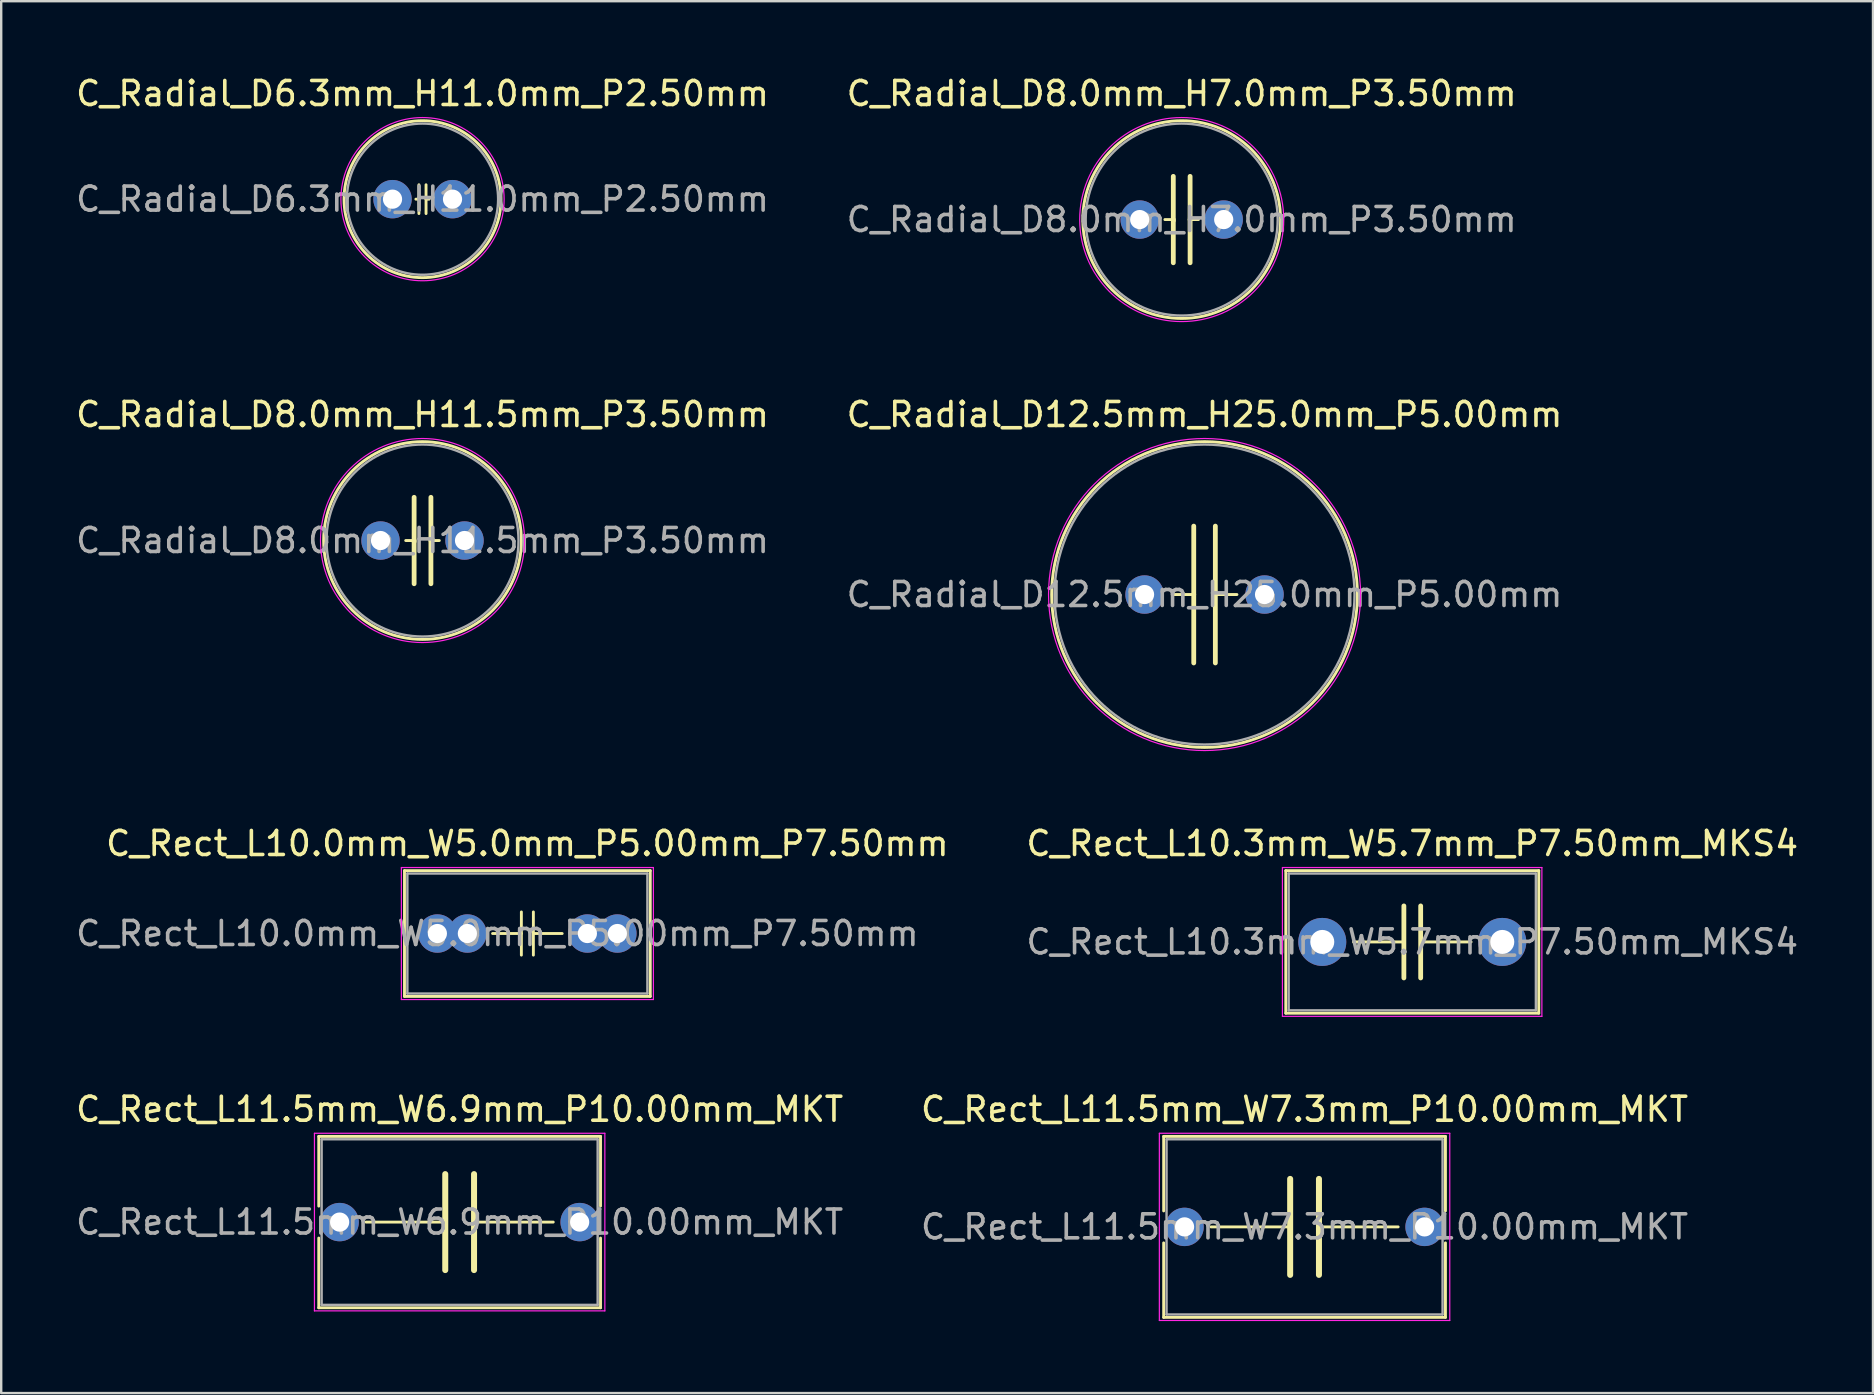
<source format=kicad_pcb>
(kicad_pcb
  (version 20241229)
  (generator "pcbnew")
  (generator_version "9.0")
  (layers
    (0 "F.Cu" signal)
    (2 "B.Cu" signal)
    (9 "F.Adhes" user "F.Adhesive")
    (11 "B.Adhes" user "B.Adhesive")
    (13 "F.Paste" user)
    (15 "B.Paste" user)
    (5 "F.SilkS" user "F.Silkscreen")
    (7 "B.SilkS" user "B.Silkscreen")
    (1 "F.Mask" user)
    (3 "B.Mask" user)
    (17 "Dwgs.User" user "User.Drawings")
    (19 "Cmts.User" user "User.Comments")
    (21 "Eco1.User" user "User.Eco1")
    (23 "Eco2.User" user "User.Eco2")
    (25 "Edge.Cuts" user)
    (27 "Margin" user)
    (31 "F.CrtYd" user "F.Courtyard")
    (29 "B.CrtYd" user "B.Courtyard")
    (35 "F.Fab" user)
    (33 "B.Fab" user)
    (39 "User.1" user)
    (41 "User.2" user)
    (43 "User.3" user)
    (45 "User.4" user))
  (footprint "C_Rect_L11.5mm_W7.3mm_P10.00mm_MKT"
    (layer "F.Cu")
    (at 46.304 48.068)
    (property "Reference" "C_Rect_L11.5mm_W7.3mm_P10.00mm_MKT" (at 5 -4.9 0) (layer "F.SilkS") (effects (font (size 1 1) (thickness 0.15))))
    (attr through_hole)
    (fp_line (start -0.87 -3.77) (end -0.87 -0.665) (stroke (width 0.12) (type solid)) (layer "F.SilkS"))
    (fp_line (start -0.87 -3.77) (end 10.87 -3.77) (stroke (width 0.12) (type solid)) (layer "F.SilkS"))
    (fp_line (start -0.87 0.665) (end -0.87 3.77) (stroke (width 0.12) (type solid)) (layer "F.SilkS"))
    (fp_line (start -0.87 3.77) (end 10.87 3.77) (stroke (width 0.12) (type solid)) (layer "F.SilkS"))
    (fp_line (start 1.1 0) (end 4.4 0) (stroke (width 0.12) (type solid)) (layer "F.SilkS"))
    (fp_line (start 4.4 2) (end 4.4 -2) (stroke (width 0.25) (type solid)) (layer "F.SilkS"))
    (fp_line (start 5.6 2) (end 5.6 -2) (stroke (width 0.25) (type solid)) (layer "F.SilkS"))
    (fp_line (start 8.9 0) (end 5.6 0) (stroke (width 0.12) (type solid)) (layer "F.SilkS"))
    (fp_line (start 10.87 -3.77) (end 10.87 -0.665) (stroke (width 0.12) (type solid)) (layer "F.SilkS"))
    (fp_line (start 10.87 0.665) (end 10.87 3.77) (stroke (width 0.12) (type solid)) (layer "F.SilkS"))
    (fp_line (start -1.05 -3.9) (end -1.05 3.9) (stroke (width 0.05) (type solid)) (layer "F.CrtYd"))
    (fp_line (start -1.05 3.9) (end 11.05 3.9) (stroke (width 0.05) (type solid)) (layer "F.CrtYd"))
    (fp_line (start 11.05 -3.9) (end -1.05 -3.9) (stroke (width 0.05) (type solid)) (layer "F.CrtYd"))
    (fp_line (start 11.05 3.9) (end 11.05 -3.9) (stroke (width 0.05) (type solid)) (layer "F.CrtYd"))
    (fp_line (start -0.75 -3.65) (end -0.75 3.65) (stroke (width 0.1) (type solid)) (layer "F.Fab"))
    (fp_line (start -0.75 3.65) (end 10.75 3.65) (stroke (width 0.1) (type solid)) (layer "F.Fab"))
    (fp_line (start 10.75 -3.65) (end -0.75 -3.65) (stroke (width 0.1) (type solid)) (layer "F.Fab"))
    (fp_line (start 10.75 3.65) (end 10.75 -3.65) (stroke (width 0.1) (type solid)) (layer "F.Fab"))
    (fp_text user "${REFERENCE}" (at 5 0 0) (layer "F.Fab") (effects (font (size 1 1) (thickness 0.15))))
    (pad "1" thru_hole circle (at 0 0) (size 1.6 1.6) (drill 0.8) (layers "*.Cu" "*.Mask"))
    (pad "2" thru_hole circle (at 10 0) (size 1.6 1.6) (drill 0.8) (layers "*.Cu" "*.Mask")))
  (footprint "C_Radial_D8.0mm_H7.0mm_P3.50mm"
    (layer "F.Cu")
    (at 44.435 6.098)
    (property "Reference" "C_Radial_D8.0mm_H7.0mm_P3.50mm" (at 1.75 -5.25 0) (layer "F.SilkS") (effects (font (size 1 1) (thickness 0.15))))
    (fp_line (start 1.05 0) (end 1.4 0) (stroke (width 0.12) (type solid)) (layer "F.SilkS"))
    (fp_line (start 1.4 0) (end 1.4 1.8) (stroke (width 0.2) (type solid)) (layer "F.SilkS"))
    (fp_line (start 1.4 0.042) (end 1.4 -1.8) (stroke (width 0.2) (type solid)) (layer "F.SilkS"))
    (fp_line (start 2.1 0) (end 2.1 -1.8) (stroke (width 0.2) (type solid)) (layer "F.SilkS"))
    (fp_line (start 2.1 0) (end 2.1 1.8) (stroke (width 0.2) (type solid)) (layer "F.SilkS"))
    (fp_line (start 2.45 0) (end 2.1 0) (stroke (width 0.12) (type solid)) (layer "F.SilkS"))
    (fp_circle (center 1.75 0) (end 5.87 0) (stroke (width 0.12) (type solid)) (fill no) (layer "F.SilkS"))
    (fp_circle (center 1.75 0) (end 6 0) (stroke (width 0.05) (type solid)) (fill no) (layer "F.CrtYd"))
    (fp_circle (center 1.75 0) (end 5.75 0) (stroke (width 0.1) (type solid)) (fill no) (layer "F.Fab"))
    (fp_text user "${REFERENCE}" (at 1.75 0 0) (layer "F.Fab") (effects (font (size 1 1) (thickness 0.15))))
    (pad "1" thru_hole circle (at 0 0) (size 1.6 1.6) (drill 0.8) (layers "*.Cu" "*.Mask"))
    (pad "2" thru_hole circle (at 3.5 0) (size 1.6 1.6) (drill 0.8) (layers "*.Cu" "*.Mask")))
  (footprint "C_Radial_D6.3mm_H11.0mm_P2.50mm"
    (layer "F.Cu")
    (at 13.304 5.248)
    (property "Reference" "C_Radial_D6.3mm_H11.0mm_P2.50mm" (at 1.25 -4.4 0) (layer "F.SilkS") (effects (font (size 1 1) (thickness 0.15))))
    (fp_line (start 0.973 0) (end 1.1 0) (stroke (width 0.12) (type solid)) (layer "F.SilkS"))
    (fp_line (start 1.1 0) (end 1.1 -0.6) (stroke (width 0.12) (type solid)) (layer "F.SilkS"))
    (fp_line (start 1.1 0) (end 1.1 0.6) (stroke (width 0.12) (type solid)) (layer "F.SilkS"))
    (fp_line (start 1.397 0) (end 1.397 -0.6) (stroke (width 0.12) (type solid)) (layer "F.SilkS"))
    (fp_line (start 1.397 0) (end 1.397 0.6) (stroke (width 0.12) (type solid)) (layer "F.SilkS"))
    (fp_line (start 1.524 0) (end 1.397 0) (stroke (width 0.12) (type solid)) (layer "F.SilkS"))
    (fp_circle (center 1.25 0) (end 4.52 0) (stroke (width 0.12) (type solid)) (fill no) (layer "F.SilkS"))
    (fp_circle (center 1.25 0) (end 4.65 0) (stroke (width 0.05) (type solid)) (fill no) (layer "F.CrtYd"))
    (fp_circle (center 1.25 0) (end 4.4 0) (stroke (width 0.1) (type solid)) (fill no) (layer "F.Fab"))
    (fp_text user "${REFERENCE}" (at 1.25 0 0) (layer "F.Fab") (effects (font (size 1 1) (thickness 0.15))))
    (pad "1" thru_hole circle (at 0 0) (size 1.6 1.6) (drill 0.8) (layers "*.Cu" "*.Mask"))
    (pad "2" thru_hole circle (at 2.5 0) (size 1.6 1.6) (drill 0.8) (layers "*.Cu" "*.Mask")))
  (footprint "C_Rect_L10.3mm_W5.7mm_P7.50mm_MKS4"
    (layer "F.Cu")
    (at 52.042 36.195)
    (property "Reference" "C_Rect_L10.3mm_W5.7mm_P7.50mm_MKS4" (at 3.75 -4.1 0) (layer "F.SilkS") (effects (font (size 1 1) (thickness 0.15))))
    (attr through_hole)
    (fp_line (start -1.52 -2.97) (end -1.52 2.97) (stroke (width 0.12) (type solid)) (layer "F.SilkS"))
    (fp_line (start -1.52 -2.97) (end 9.02 -2.97) (stroke (width 0.12) (type solid)) (layer "F.SilkS"))
    (fp_line (start -1.52 2.97) (end 9.02 2.97) (stroke (width 0.12) (type solid)) (layer "F.SilkS"))
    (fp_line (start 1.3 0) (end 3.4 0) (stroke (width 0.12) (type solid)) (layer "F.SilkS"))
    (fp_line (start 3.4 -1.5) (end 3.4 1.5) (stroke (width 0.2) (type solid)) (layer "F.SilkS"))
    (fp_line (start 4.1 -1.5) (end 4.1 1.5) (stroke (width 0.2) (type solid)) (layer "F.SilkS"))
    (fp_line (start 4.1 0) (end 6.2 0) (stroke (width 0.12) (type solid)) (layer "F.SilkS"))
    (fp_line (start 9.02 -2.97) (end 9.02 2.97) (stroke (width 0.12) (type solid)) (layer "F.SilkS"))
    (fp_line (start -1.66 -3.1) (end -1.66 3.1) (stroke (width 0.05) (type solid)) (layer "F.CrtYd"))
    (fp_line (start -1.66 3.1) (end 9.15 3.1) (stroke (width 0.05) (type solid)) (layer "F.CrtYd"))
    (fp_line (start 9.15 -3.1) (end -1.66 -3.1) (stroke (width 0.05) (type solid)) (layer "F.CrtYd"))
    (fp_line (start 9.15 3.1) (end 9.15 -3.1) (stroke (width 0.05) (type solid)) (layer "F.CrtYd"))
    (fp_line (start -1.4 -2.85) (end -1.4 2.85) (stroke (width 0.1) (type solid)) (layer "F.Fab"))
    (fp_line (start -1.4 2.85) (end 8.9 2.85) (stroke (width 0.1) (type solid)) (layer "F.Fab"))
    (fp_line (start 8.9 -2.85) (end -1.4 -2.85) (stroke (width 0.1) (type solid)) (layer "F.Fab"))
    (fp_line (start 8.9 2.85) (end 8.9 -2.85) (stroke (width 0.1) (type solid)) (layer "F.Fab"))
    (fp_text user "${REFERENCE}" (at 3.75 0 0) (layer "F.Fab") (effects (font (size 1 1) (thickness 0.15))))
    (pad "1" thru_hole circle (at 0 0) (size 2 2) (drill 1) (layers "*.Cu" "*.Mask"))
    (pad "2" thru_hole circle (at 7.5 0) (size 2 2) (drill 1) (layers "*.Cu" "*.Mask")))
  (footprint "C_Radial_D8.0mm_H11.5mm_P3.50mm"
    (layer "F.Cu")
    (at 12.804 19.471)
    (property "Reference" "C_Radial_D8.0mm_H11.5mm_P3.50mm" (at 1.75 -5.25 0) (layer "F.SilkS") (effects (font (size 1 1) (thickness 0.15))))
    (fp_line (start 1.05 0) (end 1.4 0) (stroke (width 0.12) (type solid)) (layer "F.SilkS"))
    (fp_line (start 1.4 0) (end 1.4 1.8) (stroke (width 0.2) (type solid)) (layer "F.SilkS"))
    (fp_line (start 1.4 0.042) (end 1.4 -1.8) (stroke (width 0.2) (type solid)) (layer "F.SilkS"))
    (fp_line (start 2.1 0) (end 2.1 -1.8) (stroke (width 0.2) (type solid)) (layer "F.SilkS"))
    (fp_line (start 2.1 0) (end 2.1 1.8) (stroke (width 0.2) (type solid)) (layer "F.SilkS"))
    (fp_line (start 2.45 0) (end 2.1 0) (stroke (width 0.12) (type solid)) (layer "F.SilkS"))
    (fp_circle (center 1.75 0) (end 5.87 0) (stroke (width 0.12) (type solid)) (fill no) (layer "F.SilkS"))
    (fp_circle (center 1.75 0) (end 6 0) (stroke (width 0.05) (type solid)) (fill no) (layer "F.CrtYd"))
    (fp_circle (center 1.75 0) (end 5.75 0) (stroke (width 0.1) (type solid)) (fill no) (layer "F.Fab"))
    (fp_text user "${REFERENCE}" (at 1.75 0 0) (layer "F.Fab") (effects (font (size 1 1) (thickness 0.15))))
    (pad "1" thru_hole circle (at 0 0) (size 1.6 1.6) (drill 0.8) (layers "*.Cu" "*.Mask"))
    (pad "2" thru_hole circle (at 3.5 0) (size 1.6 1.6) (drill 0.8) (layers "*.Cu" "*.Mask")))
  (footprint "C_Rect_L10.0mm_W5.0mm_P5.00mm_P7.50mm"
    (layer "F.Cu")
    (at 15.173 35.845)
    (property "Reference" "C_Rect_L10.0mm_W5.0mm_P5.00mm_P7.50mm" (at 3.75 -3.75 0) (layer "F.SilkS") (effects (font (size 1 1) (thickness 0.15))))
    (attr through_hole)
    (fp_line (start -1.37 -2.62) (end -1.37 2.62) (stroke (width 0.12) (type solid)) (layer "F.SilkS"))
    (fp_line (start -1.37 -2.62) (end 8.87 -2.62) (stroke (width 0.12) (type solid)) (layer "F.SilkS"))
    (fp_line (start -1.37 2.62) (end 8.87 2.62) (stroke (width 0.12) (type solid)) (layer "F.SilkS"))
    (fp_line (start 2.3 0) (end 3.5 0) (stroke (width 0.12) (type solid)) (layer "F.SilkS"))
    (fp_line (start 3.5 -0.9) (end 3.5 0.9) (stroke (width 0.12) (type solid)) (layer "F.SilkS"))
    (fp_line (start 4 -0.9) (end 4 0.9) (stroke (width 0.12) (type solid)) (layer "F.SilkS"))
    (fp_line (start 5.2 0) (end 4 0) (stroke (width 0.12) (type solid)) (layer "F.SilkS"))
    (fp_line (start 8.87 -2.62) (end 8.87 2.62) (stroke (width 0.12) (type solid)) (layer "F.SilkS"))
    (fp_line (start -1.5 -2.75) (end -1.5 2.75) (stroke (width 0.05) (type solid)) (layer "F.CrtYd"))
    (fp_line (start -1.5 2.75) (end 9 2.75) (stroke (width 0.05) (type solid)) (layer "F.CrtYd"))
    (fp_line (start 9 -2.75) (end -1.5 -2.75) (stroke (width 0.05) (type solid)) (layer "F.CrtYd"))
    (fp_line (start 9 2.75) (end 9 -2.75) (stroke (width 0.05) (type solid)) (layer "F.CrtYd"))
    (fp_line (start -1.25 -2.5) (end -1.25 2.5) (stroke (width 0.1) (type solid)) (layer "F.Fab"))
    (fp_line (start -1.25 2.5) (end 8.75 2.5) (stroke (width 0.1) (type solid)) (layer "F.Fab"))
    (fp_line (start 8.75 -2.5) (end -1.25 -2.5) (stroke (width 0.1) (type solid)) (layer "F.Fab"))
    (fp_line (start 8.75 2.5) (end 8.75 -2.5) (stroke (width 0.1) (type solid)) (layer "F.Fab"))
    (fp_text user "${REFERENCE}" (at 2.5 0 0) (layer "F.Fab") (effects (font (size 1 1) (thickness 0.15))))
    (pad "1" thru_hole circle (at 0 0) (size 1.6 1.6) (drill 0.8) (layers "*.Cu" "*.Mask"))
    (pad "1" thru_hole circle (at 1.25 0) (size 1.6 1.6) (drill 0.8) (layers "*.Cu" "*.Mask"))
    (pad "2" thru_hole circle (at 6.25 0) (size 1.6 1.6) (drill 0.8) (layers "*.Cu" "*.Mask"))
    (pad "2" thru_hole circle (at 7.5 0) (size 1.6 1.6) (drill 0.8) (layers "*.Cu" "*.Mask")))
  (footprint "C_Rect_L11.5mm_W6.9mm_P10.00mm_MKT"
    (layer "F.Cu")
    (at 11.101 47.868)
    (property "Reference" "C_Rect_L11.5mm_W6.9mm_P10.00mm_MKT" (at 5 -4.7 0) (layer "F.SilkS") (effects (font (size 1 1) (thickness 0.15))))
    (attr through_hole)
    (fp_line (start -0.87 -3.57) (end -0.87 -0.665) (stroke (width 0.12) (type solid)) (layer "F.SilkS"))
    (fp_line (start -0.87 -3.57) (end 10.87 -3.57) (stroke (width 0.12) (type solid)) (layer "F.SilkS"))
    (fp_line (start -0.87 0.665) (end -0.87 3.57) (stroke (width 0.12) (type solid)) (layer "F.SilkS"))
    (fp_line (start -0.87 3.57) (end 10.87 3.57) (stroke (width 0.12) (type solid)) (layer "F.SilkS"))
    (fp_line (start 1.1 0) (end 4.4 0) (stroke (width 0.12) (type solid)) (layer "F.SilkS"))
    (fp_line (start 4.4 2) (end 4.4 -2) (stroke (width 0.25) (type solid)) (layer "F.SilkS"))
    (fp_line (start 5.6 2) (end 5.6 -2) (stroke (width 0.25) (type solid)) (layer "F.SilkS"))
    (fp_line (start 8.9 0) (end 5.6 0) (stroke (width 0.12) (type solid)) (layer "F.SilkS"))
    (fp_line (start 10.87 -3.57) (end 10.87 -0.665) (stroke (width 0.12) (type solid)) (layer "F.SilkS"))
    (fp_line (start 10.87 0.665) (end 10.87 3.57) (stroke (width 0.12) (type solid)) (layer "F.SilkS"))
    (fp_line (start -1.05 -3.7) (end -1.05 3.7) (stroke (width 0.05) (type solid)) (layer "F.CrtYd"))
    (fp_line (start -1.05 3.7) (end 11.05 3.7) (stroke (width 0.05) (type solid)) (layer "F.CrtYd"))
    (fp_line (start 11.05 -3.7) (end -1.05 -3.7) (stroke (width 0.05) (type solid)) (layer "F.CrtYd"))
    (fp_line (start 11.05 3.7) (end 11.05 -3.7) (stroke (width 0.05) (type solid)) (layer "F.CrtYd"))
    (fp_line (start -0.75 -3.45) (end -0.75 3.45) (stroke (width 0.1) (type solid)) (layer "F.Fab"))
    (fp_line (start -0.75 3.45) (end 10.75 3.45) (stroke (width 0.1) (type solid)) (layer "F.Fab"))
    (fp_line (start 10.75 -3.45) (end -0.75 -3.45) (stroke (width 0.1) (type solid)) (layer "F.Fab"))
    (fp_line (start 10.75 3.45) (end 10.75 -3.45) (stroke (width 0.1) (type solid)) (layer "F.Fab"))
    (fp_text user "${REFERENCE}" (at 5 0 0) (layer "F.Fab") (effects (font (size 1 1) (thickness 0.15))))
    (pad "1" thru_hole circle (at 0 0) (size 1.6 1.6) (drill 0.8) (layers "*.Cu" "*.Mask"))
    (pad "2" thru_hole circle (at 10 0) (size 1.6 1.6) (drill 0.8) (layers "*.Cu" "*.Mask")))
  (footprint "C_Radial_D12.5mm_H25.0mm_P5.00mm"
    (layer "F.Cu")
    (at 44.637 21.721)
    (property "Reference" "C_Radial_D12.5mm_H25.0mm_P5.00mm" (at 2.5 -7.5 0) (layer "F.SilkS") (effects (font (size 1 1) (thickness 0.15))))
    (fp_line (start 1.15 0) (end 2.05 0) (stroke (width 0.12) (type solid)) (layer "F.SilkS"))
    (fp_line (start 2.05 0) (end 2.05 -2.85) (stroke (width 0.2) (type solid)) (layer "F.SilkS"))
    (fp_line (start 2.05 2.85) (end 2.05 0) (stroke (width 0.2) (type solid)) (layer "F.SilkS"))
    (fp_line (start 2.95 0) (end 2.95 -2.85) (stroke (width 0.2) (type solid)) (layer "F.SilkS"))
    (fp_line (start 2.95 0) (end 3.85 0) (stroke (width 0.12) (type solid)) (layer "F.SilkS"))
    (fp_line (start 2.95 2.85) (end 2.95 -0.007) (stroke (width 0.2) (type solid)) (layer "F.SilkS"))
    (fp_circle (center 2.5 0) (end 8.87 0) (stroke (width 0.12) (type solid)) (fill no) (layer "F.SilkS"))
    (fp_circle (center 2.5 0) (end 9 0) (stroke (width 0.05) (type solid)) (fill no) (layer "F.CrtYd"))
    (fp_circle (center 2.5 0) (end 8.75 0) (stroke (width 0.1) (type solid)) (fill no) (layer "F.Fab"))
    (fp_text user "${REFERENCE}" (at 2.5 0 0) (layer "F.Fab") (effects (font (size 1 1) (thickness 0.15))))
    (pad "1" thru_hole circle (at 0 0) (size 1.6 1.6) (drill 0.8) (layers "*.Cu" "*.Mask"))
    (pad "2" thru_hole circle (at 5 0) (size 1.6 1.6) (drill 0.8) (layers "*.Cu" "*.Mask")))
  (gr_rect
    (start -3 -3)
    (end 74.988 54.993)
    (stroke (width 0.1) (type default))
    (fill no)
    (layer "Edge.Cuts")))
</source>
